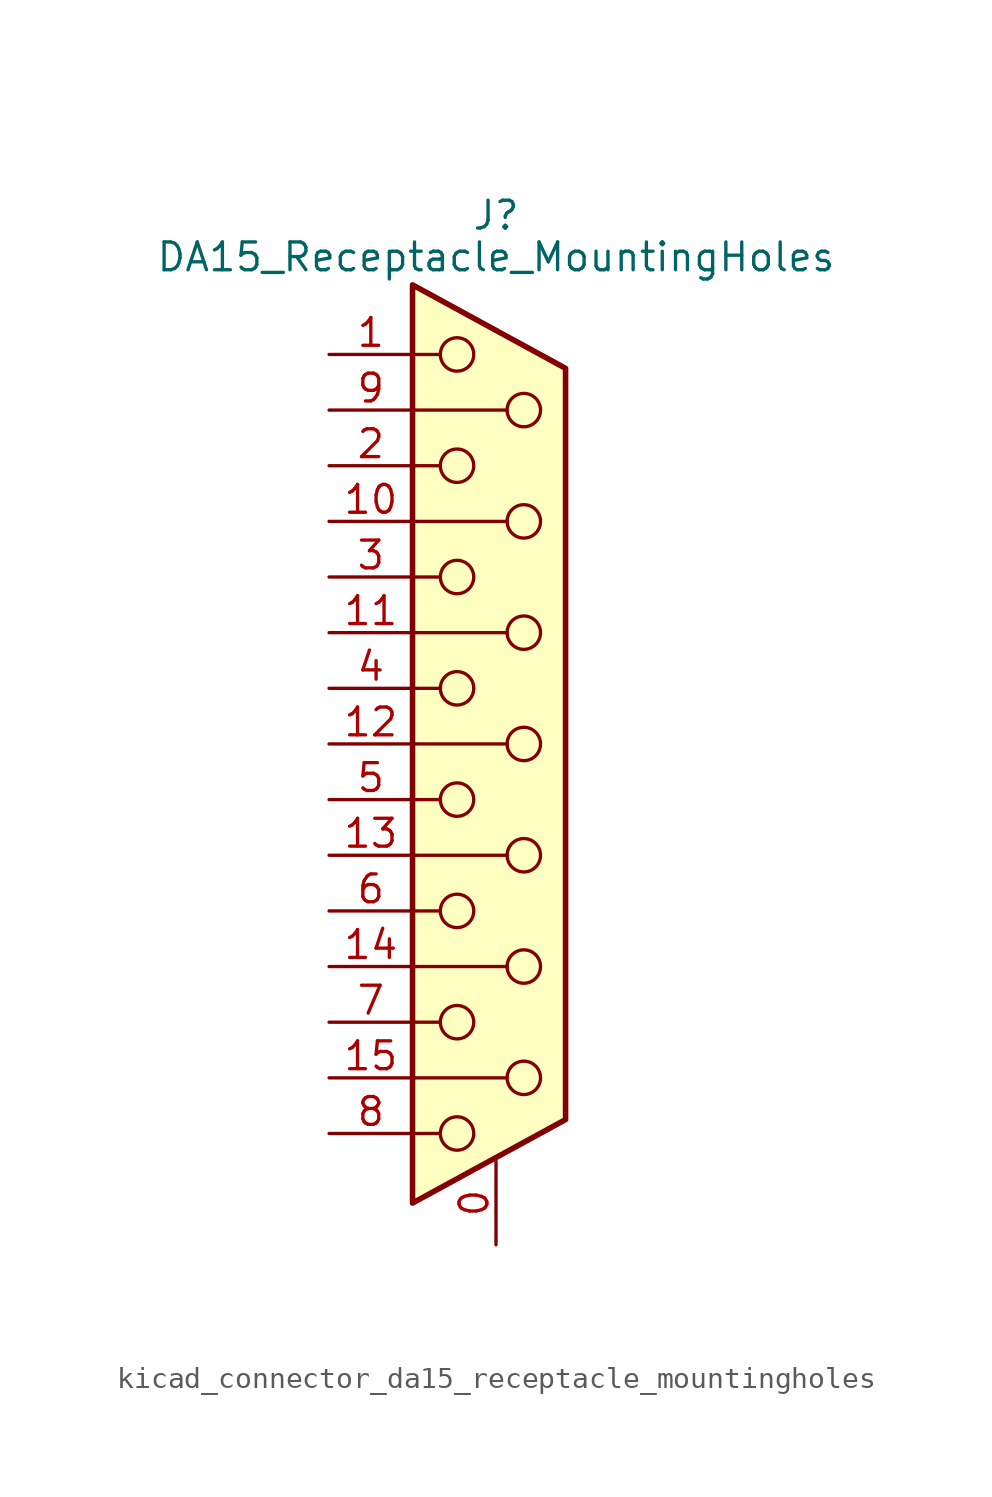
<source format=kicad_sym>
(kicad_symbol_lib
  (version 20220914)
  (generator kicad_symbol_editor)
  (symbol "kicad_connector_da15_receptacle_mountingholes"
    (pin_names
      (offset 1.016) hide)
    (property "Reference" "J"
      (at 0 24.13 0)
      (effects (font (size 1.27 1.27))))
    (property "Value" "DA15_Receptacle_MountingHoles"
      (at 0 22.225 0)
      (effects (font (size 1.27 1.27))))
    (symbol "kicad_connector_da15_receptacle_mountingholes_0_1"
      (circle (center -1.778 -17.78) (radius 0.762) (stroke (width 0) (type default)) (fill (type none)))
      (circle (center -1.778 -12.7) (radius 0.762) (stroke (width 0) (type default)) (fill (type none)))
      (circle (center -1.778 -7.62) (radius 0.762) (stroke (width 0) (type default)) (fill (type none)))
      (circle (center -1.778 -2.54) (radius 0.762) (stroke (width 0) (type default)) (fill (type none)))
      (circle (center -1.778 2.54) (radius 0.762) (stroke (width 0) (type default)) (fill (type none)))
      (circle (center -1.778 7.62) (radius 0.762) (stroke (width 0) (type default)) (fill (type none)))
      (circle (center -1.778 12.7) (radius 0.762) (stroke (width 0) (type default)) (fill (type none)))
      (circle (center -1.778 17.78) (radius 0.762) (stroke (width 0) (type default)) (fill (type none)))
      (polyline (pts (xy -3.81 -17.78) (xy -2.54 -17.78)) (stroke (width 0) (type default)) (fill (type none)))
      (polyline (pts (xy -3.81 -15.24) (xy 0.508 -15.24)) (stroke (width 0) (type default)) (fill (type none)))
      (polyline (pts (xy -3.81 -12.7) (xy -2.54 -12.7)) (stroke (width 0) (type default)) (fill (type none)))
      (polyline (pts (xy -3.81 -10.16) (xy 0.508 -10.16)) (stroke (width 0) (type default)) (fill (type none)))
      (polyline (pts (xy -3.81 -7.62) (xy -2.54 -7.62)) (stroke (width 0) (type default)) (fill (type none)))
      (polyline (pts (xy -3.81 -5.08) (xy 0.508 -5.08)) (stroke (width 0) (type default)) (fill (type none)))
      (polyline (pts (xy -3.81 -2.54) (xy -2.54 -2.54)) (stroke (width 0) (type default)) (fill (type none)))
      (polyline (pts (xy -3.81 0) (xy 0.508 0)) (stroke (width 0) (type default)) (fill (type none)))
      (polyline (pts (xy -3.81 2.54) (xy -2.54 2.54)) (stroke (width 0) (type default)) (fill (type none)))
      (polyline (pts (xy -3.81 5.08) (xy 0.508 5.08)) (stroke (width 0) (type default)) (fill (type none)))
      (polyline (pts (xy -3.81 7.62) (xy -2.54 7.62)) (stroke (width 0) (type default)) (fill (type none)))
      (polyline (pts (xy -3.81 10.16) (xy 0.508 10.16)) (stroke (width 0) (type default)) (fill (type none)))
      (polyline (pts (xy -3.81 12.7) (xy -2.54 12.7)) (stroke (width 0) (type default)) (fill (type none)))
      (polyline (pts (xy -3.81 15.24) (xy 0.508 15.24)) (stroke (width 0) (type default)) (fill (type none)))
      (polyline (pts (xy -3.81 17.78) (xy -2.54 17.78)) (stroke (width 0) (type default)) (fill (type none)))
      (polyline (pts (xy -3.81 20.955) (xy 3.175 17.145) (xy 3.175 -17.145) (xy -3.81 -20.955) (xy -3.81 20.955)) (stroke (width 0.254) (type default)) (fill (type background)))
      (circle (center 1.27 -15.24) (radius 0.762) (stroke (width 0) (type default)) (fill (type none)))
      (circle (center 1.27 -10.16) (radius 0.762) (stroke (width 0) (type default)) (fill (type none)))
      (circle (center 1.27 -5.08) (radius 0.762) (stroke (width 0) (type default)) (fill (type none)))
      (circle (center 1.27 0) (radius 0.762) (stroke (width 0) (type default)) (fill (type none)))
      (circle (center 1.27 5.08) (radius 0.762) (stroke (width 0) (type default)) (fill (type none)))
      (circle (center 1.27 10.16) (radius 0.762) (stroke (width 0) (type default)) (fill (type none)))
      (circle (center 1.27 15.24) (radius 0.762) (stroke (width 0) (type default)) (fill (type none))))
    (symbol "kicad_connector_da15_receptacle_mountingholes_1_1"
      (pin passive line (at 0 -22.86 90) (length 3.81) (name "PAD" (effects (font (size 1.27 1.27)))) (number "0" (effects (font (size 1.27 1.27)))))
      (pin passive line (at -7.62 17.78 0) (length 3.81) (name "1" (effects (font (size 1.27 1.27)))) (number "1" (effects (font (size 1.27 1.27)))))
      (pin passive line (at -7.62 10.16 0) (length 3.81) (name "P10" (effects (font (size 1.27 1.27)))) (number "10" (effects (font (size 1.27 1.27)))))
      (pin passive line (at -7.62 5.08 0) (length 3.81) (name "P111" (effects (font (size 1.27 1.27)))) (number "11" (effects (font (size 1.27 1.27)))))
      (pin passive line (at -7.62 0 0) (length 3.81) (name "P12" (effects (font (size 1.27 1.27)))) (number "12" (effects (font (size 1.27 1.27)))))
      (pin passive line (at -7.62 -5.08 0) (length 3.81) (name "P13" (effects (font (size 1.27 1.27)))) (number "13" (effects (font (size 1.27 1.27)))))
      (pin passive line (at -7.62 -10.16 0) (length 3.81) (name "P14" (effects (font (size 1.27 1.27)))) (number "14" (effects (font (size 1.27 1.27)))))
      (pin passive line (at -7.62 -15.24 0) (length 3.81) (name "P15" (effects (font (size 1.27 1.27)))) (number "15" (effects (font (size 1.27 1.27)))))
      (pin passive line (at -7.62 12.7 0) (length 3.81) (name "2" (effects (font (size 1.27 1.27)))) (number "2" (effects (font (size 1.27 1.27)))))
      (pin passive line (at -7.62 7.62 0) (length 3.81) (name "3" (effects (font (size 1.27 1.27)))) (number "3" (effects (font (size 1.27 1.27)))))
      (pin passive line (at -7.62 2.54 0) (length 3.81) (name "4" (effects (font (size 1.27 1.27)))) (number "4" (effects (font (size 1.27 1.27)))))
      (pin passive line (at -7.62 -2.54 0) (length 3.81) (name "5" (effects (font (size 1.27 1.27)))) (number "5" (effects (font (size 1.27 1.27)))))
      (pin passive line (at -7.62 -7.62 0) (length 3.81) (name "6" (effects (font (size 1.27 1.27)))) (number "6" (effects (font (size 1.27 1.27)))))
      (pin passive line (at -7.62 -12.7 0) (length 3.81) (name "7" (effects (font (size 1.27 1.27)))) (number "7" (effects (font (size 1.27 1.27)))))
      (pin passive line (at -7.62 -17.78 0) (length 3.81) (name "8" (effects (font (size 1.27 1.27)))) (number "8" (effects (font (size 1.27 1.27)))))
      (pin passive line (at -7.62 15.24 0) (length 3.81) (name "P9" (effects (font (size 1.27 1.27)))) (number "9" (effects (font (size 1.27 1.27))))))))
</source>
